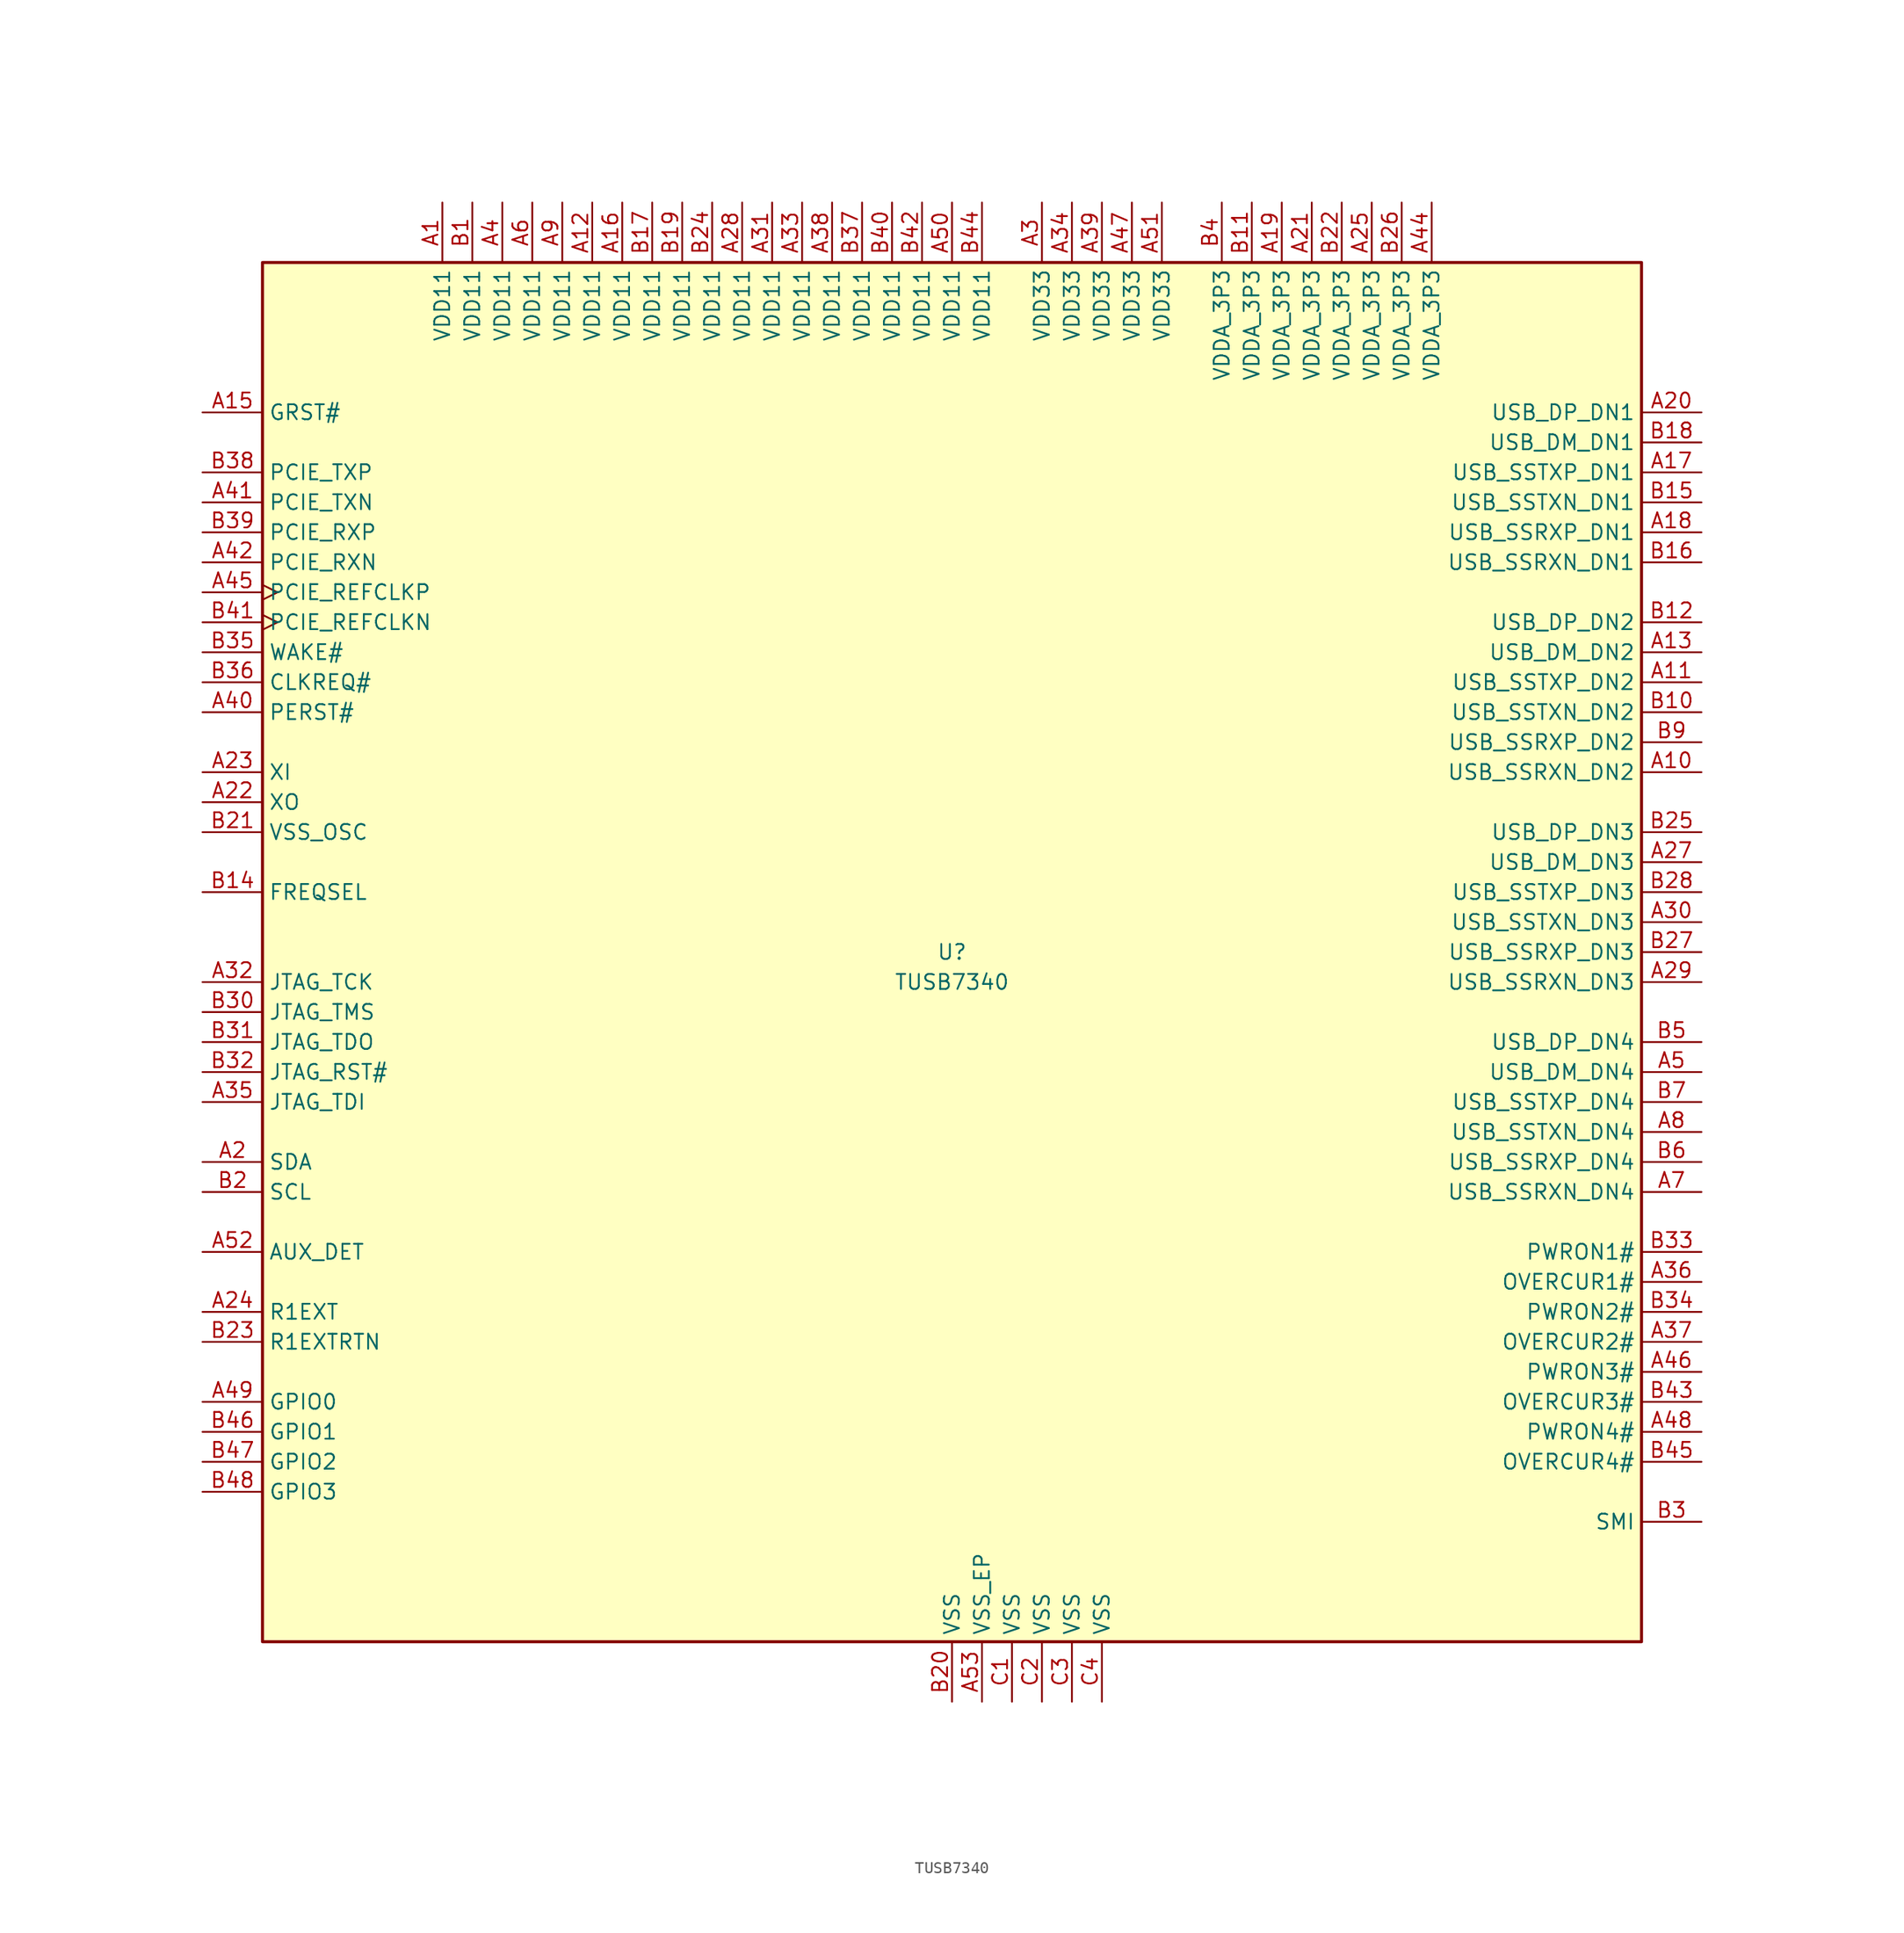
<source format=kicad_sym>
(kicad_symbol_lib
  (version 20220914)
  (generator kicad_symbol_editor)
  (symbol "TUSB7340"
    (property "Reference" "U"
      (at 0 0 0)
      (effects (font (size 1.27 1.27))))
    (property "Value" "TUSB7340"
      (at 0 -2.54 0)
      (effects (font (size 1.27 1.27))))
    (symbol "TUSB7340_0_1"
      (rectangle (start 58.42 58.42) (end -58.42 -58.42) (stroke (width 0.254) (type default)) (fill (type background))))
    (symbol "TUSB7340_1_1"
      (pin power_in line (at -43.18 63.5 270) (length 5.08) (name "VDD11" (effects (font (size 1.27 1.27)))) (number "A1" (effects (font (size 1.27 1.27)))))
      (pin input line (at 63.5 15.24 180) (length 5.08) (name "USB_SSRXN_DN2" (effects (font (size 1.27 1.27)))) (number "A10" (effects (font (size 1.27 1.27)))))
      (pin output line (at 63.5 22.86 180) (length 5.08) (name "USB_SSTXP_DN2" (effects (font (size 1.27 1.27)))) (number "A11" (effects (font (size 1.27 1.27)))))
      (pin power_in line (at -30.48 63.5 270) (length 5.08) (name "VDD11" (effects (font (size 1.27 1.27)))) (number "A12" (effects (font (size 1.27 1.27)))))
      (pin bidirectional line (at 63.5 25.4 180) (length 5.08) (name "USB_DM_DN2" (effects (font (size 1.27 1.27)))) (number "A13" (effects (font (size 1.27 1.27)))))
      (pin no_connect line (at -17.78 -63.5 90) (length 5.08) hide (name "NC" (effects (font (size 1.27 1.27)))) (number "A14" (effects (font (size 1.27 1.27)))))
      (pin input line (at -63.5 45.72 0) (length 5.08) (name "GRST#" (effects (font (size 1.27 1.27)))) (number "A15" (effects (font (size 1.27 1.27)))))
      (pin power_in line (at -27.94 63.5 270) (length 5.08) (name "VDD11" (effects (font (size 1.27 1.27)))) (number "A16" (effects (font (size 1.27 1.27)))))
      (pin output line (at 63.5 40.64 180) (length 5.08) (name "USB_SSTXP_DN1" (effects (font (size 1.27 1.27)))) (number "A17" (effects (font (size 1.27 1.27)))))
      (pin input line (at 63.5 35.56 180) (length 5.08) (name "USB_SSRXP_DN1" (effects (font (size 1.27 1.27)))) (number "A18" (effects (font (size 1.27 1.27)))))
      (pin power_in line (at 27.94 63.5 270) (length 5.08) (name "VDDA_3P3" (effects (font (size 1.27 1.27)))) (number "A19" (effects (font (size 1.27 1.27)))))
      (pin bidirectional line (at -63.5 -17.78 0) (length 5.08) (name "SDA" (effects (font (size 1.27 1.27)))) (number "A2" (effects (font (size 1.27 1.27)))))
      (pin bidirectional line (at 63.5 45.72 180) (length 5.08) (name "USB_DP_DN1" (effects (font (size 1.27 1.27)))) (number "A20" (effects (font (size 1.27 1.27)))))
      (pin power_in line (at 30.48 63.5 270) (length 5.08) (name "VDDA_3P3" (effects (font (size 1.27 1.27)))) (number "A21" (effects (font (size 1.27 1.27)))))
      (pin output line (at -63.5 12.7 0) (length 5.08) (name "XO" (effects (font (size 1.27 1.27)))) (number "A22" (effects (font (size 1.27 1.27)))))
      (pin input line (at -63.5 15.24 0) (length 5.08) (name "XI" (effects (font (size 1.27 1.27)))) (number "A23" (effects (font (size 1.27 1.27)))))
      (pin bidirectional line (at -63.5 -30.48 0) (length 5.08) (name "R1EXT" (effects (font (size 1.27 1.27)))) (number "A24" (effects (font (size 1.27 1.27)))))
      (pin power_in line (at 35.56 63.5 270) (length 5.08) (name "VDDA_3P3" (effects (font (size 1.27 1.27)))) (number "A25" (effects (font (size 1.27 1.27)))))
      (pin no_connect line (at -15.24 -63.5 90) (length 5.08) hide (name "NC" (effects (font (size 1.27 1.27)))) (number "A26" (effects (font (size 1.27 1.27)))))
      (pin bidirectional line (at 63.5 7.62 180) (length 5.08) (name "USB_DM_DN3" (effects (font (size 1.27 1.27)))) (number "A27" (effects (font (size 1.27 1.27)))))
      (pin power_in line (at -17.78 63.5 270) (length 5.08) (name "VDD11" (effects (font (size 1.27 1.27)))) (number "A28" (effects (font (size 1.27 1.27)))))
      (pin input line (at 63.5 -2.54 180) (length 5.08) (name "USB_SSRXN_DN3" (effects (font (size 1.27 1.27)))) (number "A29" (effects (font (size 1.27 1.27)))))
      (pin power_in line (at 7.62 63.5 270) (length 5.08) (name "VDD33" (effects (font (size 1.27 1.27)))) (number "A3" (effects (font (size 1.27 1.27)))))
      (pin output line (at 63.5 2.54 180) (length 5.08) (name "USB_SSTXN_DN3" (effects (font (size 1.27 1.27)))) (number "A30" (effects (font (size 1.27 1.27)))))
      (pin power_in line (at -15.24 63.5 270) (length 5.08) (name "VDD11" (effects (font (size 1.27 1.27)))) (number "A31" (effects (font (size 1.27 1.27)))))
      (pin input line (at -63.5 -2.54 0) (length 5.08) (name "JTAG_TCK" (effects (font (size 1.27 1.27)))) (number "A32" (effects (font (size 1.27 1.27)))))
      (pin power_in line (at -12.7 63.5 270) (length 5.08) (name "VDD11" (effects (font (size 1.27 1.27)))) (number "A33" (effects (font (size 1.27 1.27)))))
      (pin power_in line (at 10.16 63.5 270) (length 5.08) (name "VDD33" (effects (font (size 1.27 1.27)))) (number "A34" (effects (font (size 1.27 1.27)))))
      (pin input line (at -63.5 -12.7 0) (length 5.08) (name "JTAG_TDI" (effects (font (size 1.27 1.27)))) (number "A35" (effects (font (size 1.27 1.27)))))
      (pin input line (at 63.5 -27.94 180) (length 5.08) (name "OVERCUR1#" (effects (font (size 1.27 1.27)))) (number "A36" (effects (font (size 1.27 1.27)))))
      (pin input line (at 63.5 -33.02 180) (length 5.08) (name "OVERCUR2#" (effects (font (size 1.27 1.27)))) (number "A37" (effects (font (size 1.27 1.27)))))
      (pin power_in line (at -10.16 63.5 270) (length 5.08) (name "VDD11" (effects (font (size 1.27 1.27)))) (number "A38" (effects (font (size 1.27 1.27)))))
      (pin power_in line (at 12.7 63.5 270) (length 5.08) (name "VDD33" (effects (font (size 1.27 1.27)))) (number "A39" (effects (font (size 1.27 1.27)))))
      (pin power_in line (at -38.1 63.5 270) (length 5.08) (name "VDD11" (effects (font (size 1.27 1.27)))) (number "A4" (effects (font (size 1.27 1.27)))))
      (pin input line (at -63.5 20.32 0) (length 5.08) (name "PERST#" (effects (font (size 1.27 1.27)))) (number "A40" (effects (font (size 1.27 1.27)))))
      (pin output line (at -63.5 38.1 0) (length 5.08) (name "PCIE_TXN" (effects (font (size 1.27 1.27)))) (number "A41" (effects (font (size 1.27 1.27)))))
      (pin input line (at -63.5 33.02 0) (length 5.08) (name "PCIE_RXN" (effects (font (size 1.27 1.27)))) (number "A42" (effects (font (size 1.27 1.27)))))
      (pin no_connect line (at -10.16 -63.5 90) (length 5.08) hide (name "NC" (effects (font (size 1.27 1.27)))) (number "A43" (effects (font (size 1.27 1.27)))))
      (pin power_in line (at 40.64 63.5 270) (length 5.08) (name "VDDA_3P3" (effects (font (size 1.27 1.27)))) (number "A44" (effects (font (size 1.27 1.27)))))
      (pin input clock (at -63.5 30.48 0) (length 5.08) (name "PCIE_REFCLKP" (effects (font (size 1.27 1.27)))) (number "A45" (effects (font (size 1.27 1.27)))))
      (pin output line (at 63.5 -35.56 180) (length 5.08) (name "PWRON3#" (effects (font (size 1.27 1.27)))) (number "A46" (effects (font (size 1.27 1.27)))))
      (pin power_in line (at 15.24 63.5 270) (length 5.08) (name "VDD33" (effects (font (size 1.27 1.27)))) (number "A47" (effects (font (size 1.27 1.27)))))
      (pin output line (at 63.5 -40.64 180) (length 5.08) (name "PWRON4#" (effects (font (size 1.27 1.27)))) (number "A48" (effects (font (size 1.27 1.27)))))
      (pin bidirectional line (at -63.5 -38.1 0) (length 5.08) (name "GPIO0" (effects (font (size 1.27 1.27)))) (number "A49" (effects (font (size 1.27 1.27)))))
      (pin bidirectional line (at 63.5 -10.16 180) (length 5.08) (name "USB_DM_DN4" (effects (font (size 1.27 1.27)))) (number "A5" (effects (font (size 1.27 1.27)))))
      (pin power_in line (at 0 63.5 270) (length 5.08) (name "VDD11" (effects (font (size 1.27 1.27)))) (number "A50" (effects (font (size 1.27 1.27)))))
      (pin power_in line (at 17.78 63.5 270) (length 5.08) (name "VDD33" (effects (font (size 1.27 1.27)))) (number "A51" (effects (font (size 1.27 1.27)))))
      (pin input line (at -63.5 -25.4 0) (length 5.08) (name "AUX_DET" (effects (font (size 1.27 1.27)))) (number "A52" (effects (font (size 1.27 1.27)))))
      (pin power_in line (at 2.54 -63.5 90) (length 5.08) (name "VSS_EP" (effects (font (size 1.27 1.27)))) (number "A53" (effects (font (size 1.27 1.27)))))
      (pin power_in line (at -35.56 63.5 270) (length 5.08) (name "VDD11" (effects (font (size 1.27 1.27)))) (number "A6" (effects (font (size 1.27 1.27)))))
      (pin input line (at 63.5 -20.32 180) (length 5.08) (name "USB_SSRXN_DN4" (effects (font (size 1.27 1.27)))) (number "A7" (effects (font (size 1.27 1.27)))))
      (pin input line (at 63.5 -15.24 180) (length 5.08) (name "USB_SSTXN_DN4" (effects (font (size 1.27 1.27)))) (number "A8" (effects (font (size 1.27 1.27)))))
      (pin power_in line (at -33.02 63.5 270) (length 5.08) (name "VDD11" (effects (font (size 1.27 1.27)))) (number "A9" (effects (font (size 1.27 1.27)))))
      (pin power_in line (at -40.64 63.5 270) (length 5.08) (name "VDD11" (effects (font (size 1.27 1.27)))) (number "B1" (effects (font (size 1.27 1.27)))))
      (pin output line (at 63.5 20.32 180) (length 5.08) (name "USB_SSTXN_DN2" (effects (font (size 1.27 1.27)))) (number "B10" (effects (font (size 1.27 1.27)))))
      (pin power_in line (at 25.4 63.5 270) (length 5.08) (name "VDDA_3P3" (effects (font (size 1.27 1.27)))) (number "B11" (effects (font (size 1.27 1.27)))))
      (pin bidirectional line (at 63.5 27.94 180) (length 5.08) (name "USB_DP_DN2" (effects (font (size 1.27 1.27)))) (number "B12" (effects (font (size 1.27 1.27)))))
      (pin no_connect line (at -20.32 -63.5 90) (length 5.08) hide (name "NC" (effects (font (size 1.27 1.27)))) (number "B13" (effects (font (size 1.27 1.27)))))
      (pin input line (at -63.5 5.08 0) (length 5.08) (name "FREQSEL" (effects (font (size 1.27 1.27)))) (number "B14" (effects (font (size 1.27 1.27)))))
      (pin output line (at 63.5 38.1 180) (length 5.08) (name "USB_SSTXN_DN1" (effects (font (size 1.27 1.27)))) (number "B15" (effects (font (size 1.27 1.27)))))
      (pin input line (at 63.5 33.02 180) (length 5.08) (name "USB_SSRXN_DN1" (effects (font (size 1.27 1.27)))) (number "B16" (effects (font (size 1.27 1.27)))))
      (pin power_in line (at -25.4 63.5 270) (length 5.08) (name "VDD11" (effects (font (size 1.27 1.27)))) (number "B17" (effects (font (size 1.27 1.27)))))
      (pin bidirectional line (at 63.5 43.18 180) (length 5.08) (name "USB_DM_DN1" (effects (font (size 1.27 1.27)))) (number "B18" (effects (font (size 1.27 1.27)))))
      (pin power_in line (at -22.86 63.5 270) (length 5.08) (name "VDD11" (effects (font (size 1.27 1.27)))) (number "B19" (effects (font (size 1.27 1.27)))))
      (pin bidirectional line (at -63.5 -20.32 0) (length 5.08) (name "SCL" (effects (font (size 1.27 1.27)))) (number "B2" (effects (font (size 1.27 1.27)))))
      (pin power_in line (at 0 -63.5 90) (length 5.08) (name "VSS" (effects (font (size 1.27 1.27)))) (number "B20" (effects (font (size 1.27 1.27)))))
      (pin input line (at -63.5 10.16 0) (length 5.08) (name "VSS_OSC" (effects (font (size 1.27 1.27)))) (number "B21" (effects (font (size 1.27 1.27)))))
      (pin power_in line (at 33.02 63.5 270) (length 5.08) (name "VDDA_3P3" (effects (font (size 1.27 1.27)))) (number "B22" (effects (font (size 1.27 1.27)))))
      (pin bidirectional line (at -63.5 -33.02 0) (length 5.08) (name "R1EXTRTN" (effects (font (size 1.27 1.27)))) (number "B23" (effects (font (size 1.27 1.27)))))
      (pin power_in line (at -20.32 63.5 270) (length 5.08) (name "VDD11" (effects (font (size 1.27 1.27)))) (number "B24" (effects (font (size 1.27 1.27)))))
      (pin bidirectional line (at 63.5 10.16 180) (length 5.08) (name "USB_DP_DN3" (effects (font (size 1.27 1.27)))) (number "B25" (effects (font (size 1.27 1.27)))))
      (pin power_in line (at 38.1 63.5 270) (length 5.08) (name "VDDA_3P3" (effects (font (size 1.27 1.27)))) (number "B26" (effects (font (size 1.27 1.27)))))
      (pin input line (at 63.5 0 180) (length 5.08) (name "USB_SSRXP_DN3" (effects (font (size 1.27 1.27)))) (number "B27" (effects (font (size 1.27 1.27)))))
      (pin output line (at 63.5 5.08 180) (length 5.08) (name "USB_SSTXP_DN3" (effects (font (size 1.27 1.27)))) (number "B28" (effects (font (size 1.27 1.27)))))
      (pin no_connect line (at -12.7 -63.5 90) (length 5.08) hide (name "NC" (effects (font (size 1.27 1.27)))) (number "B29" (effects (font (size 1.27 1.27)))))
      (pin output line (at 63.5 -48.26 180) (length 5.08) (name "SMI" (effects (font (size 1.27 1.27)))) (number "B3" (effects (font (size 1.27 1.27)))))
      (pin input line (at -63.5 -5.08 0) (length 5.08) (name "JTAG_TMS" (effects (font (size 1.27 1.27)))) (number "B30" (effects (font (size 1.27 1.27)))))
      (pin output line (at -63.5 -7.62 0) (length 5.08) (name "JTAG_TDO" (effects (font (size 1.27 1.27)))) (number "B31" (effects (font (size 1.27 1.27)))))
      (pin input line (at -63.5 -10.16 0) (length 5.08) (name "JTAG_RST#" (effects (font (size 1.27 1.27)))) (number "B32" (effects (font (size 1.27 1.27)))))
      (pin output line (at 63.5 -25.4 180) (length 5.08) (name "PWRON1#" (effects (font (size 1.27 1.27)))) (number "B33" (effects (font (size 1.27 1.27)))))
      (pin output line (at 63.5 -30.48 180) (length 5.08) (name "PWRON2#" (effects (font (size 1.27 1.27)))) (number "B34" (effects (font (size 1.27 1.27)))))
      (pin output line (at -63.5 25.4 0) (length 5.08) (name "WAKE#" (effects (font (size 1.27 1.27)))) (number "B35" (effects (font (size 1.27 1.27)))))
      (pin input line (at -63.5 22.86 0) (length 5.08) (name "CLKREQ#" (effects (font (size 1.27 1.27)))) (number "B36" (effects (font (size 1.27 1.27)))))
      (pin power_in line (at -7.62 63.5 270) (length 5.08) (name "VDD11" (effects (font (size 1.27 1.27)))) (number "B37" (effects (font (size 1.27 1.27)))))
      (pin output line (at -63.5 40.64 0) (length 5.08) (name "PCIE_TXP" (effects (font (size 1.27 1.27)))) (number "B38" (effects (font (size 1.27 1.27)))))
      (pin input line (at -63.5 35.56 0) (length 5.08) (name "PCIE_RXP" (effects (font (size 1.27 1.27)))) (number "B39" (effects (font (size 1.27 1.27)))))
      (pin power_in line (at 22.86 63.5 270) (length 5.08) (name "VDDA_3P3" (effects (font (size 1.27 1.27)))) (number "B4" (effects (font (size 1.27 1.27)))))
      (pin power_in line (at -5.08 63.5 270) (length 5.08) (name "VDD11" (effects (font (size 1.27 1.27)))) (number "B40" (effects (font (size 1.27 1.27)))))
      (pin input clock (at -63.5 27.94 0) (length 5.08) (name "PCIE_REFCLKN" (effects (font (size 1.27 1.27)))) (number "B41" (effects (font (size 1.27 1.27)))))
      (pin power_in line (at -2.54 63.5 270) (length 5.08) (name "VDD11" (effects (font (size 1.27 1.27)))) (number "B42" (effects (font (size 1.27 1.27)))))
      (pin input line (at 63.5 -38.1 180) (length 5.08) (name "OVERCUR3#" (effects (font (size 1.27 1.27)))) (number "B43" (effects (font (size 1.27 1.27)))))
      (pin power_in line (at 2.54 63.5 270) (length 5.08) (name "VDD11" (effects (font (size 1.27 1.27)))) (number "B44" (effects (font (size 1.27 1.27)))))
      (pin input line (at 63.5 -43.18 180) (length 5.08) (name "OVERCUR4#" (effects (font (size 1.27 1.27)))) (number "B45" (effects (font (size 1.27 1.27)))))
      (pin bidirectional line (at -63.5 -40.64 0) (length 5.08) (name "GPIO1" (effects (font (size 1.27 1.27)))) (number "B46" (effects (font (size 1.27 1.27)))))
      (pin bidirectional line (at -63.5 -43.18 0) (length 5.08) (name "GPIO2" (effects (font (size 1.27 1.27)))) (number "B47" (effects (font (size 1.27 1.27)))))
      (pin bidirectional line (at -63.5 -45.72 0) (length 5.08) (name "GPIO3" (effects (font (size 1.27 1.27)))) (number "B48" (effects (font (size 1.27 1.27)))))
      (pin bidirectional line (at 63.5 -7.62 180) (length 5.08) (name "USB_DP_DN4" (effects (font (size 1.27 1.27)))) (number "B5" (effects (font (size 1.27 1.27)))))
      (pin input line (at 63.5 -17.78 180) (length 5.08) (name "USB_SSRXP_DN4" (effects (font (size 1.27 1.27)))) (number "B6" (effects (font (size 1.27 1.27)))))
      (pin input line (at 63.5 -12.7 180) (length 5.08) (name "USB_SSTXP_DN4" (effects (font (size 1.27 1.27)))) (number "B7" (effects (font (size 1.27 1.27)))))
      (pin no_connect line (at -22.86 -63.5 90) (length 5.08) hide (name "NC" (effects (font (size 1.27 1.27)))) (number "B8" (effects (font (size 1.27 1.27)))))
      (pin input line (at 63.5 17.78 180) (length 5.08) (name "USB_SSRXP_DN2" (effects (font (size 1.27 1.27)))) (number "B9" (effects (font (size 1.27 1.27)))))
      (pin power_in line (at 5.08 -63.5 90) (length 5.08) (name "VSS" (effects (font (size 1.27 1.27)))) (number "C1" (effects (font (size 1.27 1.27)))))
      (pin power_in line (at 7.62 -63.5 90) (length 5.08) (name "VSS" (effects (font (size 1.27 1.27)))) (number "C2" (effects (font (size 1.27 1.27)))))
      (pin power_in line (at 10.16 -63.5 90) (length 5.08) (name "VSS" (effects (font (size 1.27 1.27)))) (number "C3" (effects (font (size 1.27 1.27)))))
      (pin power_in line (at 12.7 -63.5 90) (length 5.08) (name "VSS" (effects (font (size 1.27 1.27)))) (number "C4" (effects (font (size 1.27 1.27))))))))
</source>
